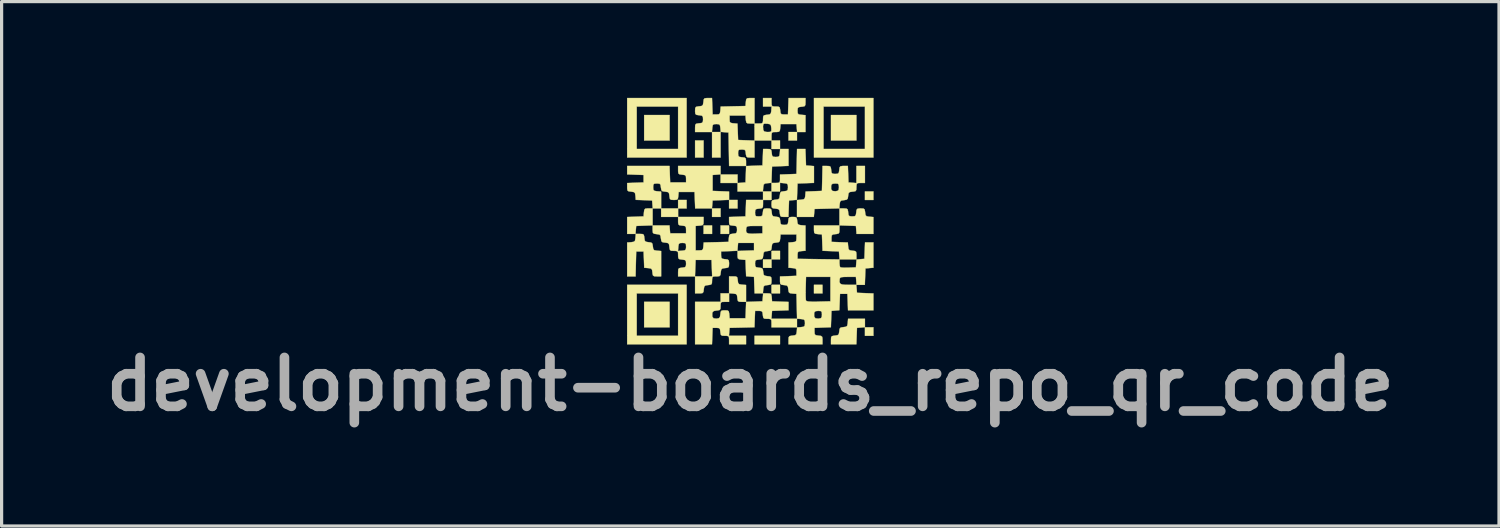
<source format=kicad_pcb>
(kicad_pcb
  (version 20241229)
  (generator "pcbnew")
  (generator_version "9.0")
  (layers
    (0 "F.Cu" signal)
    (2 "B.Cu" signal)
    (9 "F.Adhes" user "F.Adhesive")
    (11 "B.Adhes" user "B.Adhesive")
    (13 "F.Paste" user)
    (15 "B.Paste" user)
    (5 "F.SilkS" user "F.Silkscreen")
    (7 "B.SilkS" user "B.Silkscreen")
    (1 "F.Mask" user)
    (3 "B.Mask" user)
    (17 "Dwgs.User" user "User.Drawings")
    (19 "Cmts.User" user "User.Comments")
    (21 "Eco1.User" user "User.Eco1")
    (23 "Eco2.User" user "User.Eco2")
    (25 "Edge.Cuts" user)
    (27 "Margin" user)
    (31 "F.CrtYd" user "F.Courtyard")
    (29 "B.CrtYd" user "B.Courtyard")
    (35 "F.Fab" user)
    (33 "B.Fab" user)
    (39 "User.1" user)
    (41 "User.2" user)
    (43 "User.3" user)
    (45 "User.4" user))
  (footprint "development-boards_repo_qr_code"
    (layer "F.Cu")
    (at 20.327 3.841)
    (property "Reference" "development-boards_repo_qr_code" (at 0 5.08 0) (layer "F.Fab") (effects (font (size 1.524 1.524) (thickness 0.3))))
    (attr through_hole)
    (fp_poly (pts (xy -2.514 -2.514) (xy -3.307 -2.514) (xy -3.307 -3.307) (xy -2.514 -3.307) (xy -2.514 -2.514)) (stroke (width 0.01) (type solid)) (fill yes) (layer "F.SilkS"))
    (fp_poly (pts (xy -2.514 3.307) (xy -3.307 3.307) (xy -3.307 2.514) (xy -2.514 2.514) (xy -2.514 3.307)) (stroke (width 0.01) (type solid)) (fill yes) (layer "F.SilkS"))
    (fp_poly (pts (xy -2.249 -0.661) (xy -1.984 -0.661) (xy -1.984 -0.397) (xy -2.249 -0.397) (xy -2.249 -0.661)) (stroke (width 0.01) (type solid)) (fill yes) (layer "F.SilkS"))
    (fp_poly (pts (xy -2.249 -0.132) (xy -2.778 -0.132) (xy -2.778 -0.397) (xy -2.249 -0.397) (xy -2.249 -0.132)) (stroke (width 0.01) (type solid)) (fill yes) (layer "F.SilkS"))
    (fp_poly (pts (xy -1.455 -1.984) (xy -1.72 -1.984) (xy -1.72 -2.514) (xy -1.455 -2.514) (xy -1.455 -1.984)) (stroke (width 0.01) (type solid)) (fill yes) (layer "F.SilkS"))
    (fp_poly (pts (xy -1.191 0.397) (xy -1.455 0.397) (xy -1.455 0.132) (xy -1.191 0.132) (xy -1.191 0.397)) (stroke (width 0.01) (type solid)) (fill yes) (layer "F.SilkS"))
    (fp_poly (pts (xy -0.926 -1.984) (xy -1.191 -1.984) (xy -1.191 -2.778) (xy -0.926 -2.778) (xy -0.926 -1.984)) (stroke (width 0.01) (type solid)) (fill yes) (layer "F.SilkS"))
    (fp_poly (pts (xy -0.926 -0.132) (xy -1.191 -0.132) (xy -1.191 -0.397) (xy -0.926 -0.397) (xy -0.926 -0.132)) (stroke (width 0.01) (type solid)) (fill yes) (layer "F.SilkS"))
    (fp_poly (pts (xy -0.661 0.397) (xy -0.926 0.397) (xy -0.926 0.132) (xy -0.661 0.132) (xy -0.661 0.397)) (stroke (width 0.01) (type solid)) (fill yes) (layer "F.SilkS"))
    (fp_poly (pts (xy -0.397 -1.191) (xy -0.926 -1.191) (xy -0.926 -1.455) (xy -0.397 -1.455) (xy -0.397 -1.191)) (stroke (width 0.01) (type solid)) (fill yes) (layer "F.SilkS"))
    (fp_poly (pts (xy -0.397 -0.397) (xy -0.661 -0.397) (xy -0.661 -0.661) (xy -0.397 -0.661) (xy -0.397 -0.397)) (stroke (width 0.01) (type solid)) (fill yes) (layer "F.SilkS"))
    (fp_poly (pts (xy 0.661 -0.661) (xy 0.397 -0.661) (xy 0.397 -0.926) (xy 0.661 -0.926) (xy 0.661 -0.661)) (stroke (width 0.01) (type solid)) (fill yes) (layer "F.SilkS"))
    (fp_poly (pts (xy 0.661 0.926) (xy 0.926 0.926) (xy 0.926 1.191) (xy 0.661 1.191) (xy 0.661 0.926)) (stroke (width 0.01) (type solid)) (fill yes) (layer "F.SilkS"))
    (fp_poly (pts (xy 0.661 1.455) (xy 0.397 1.455) (xy 0.397 1.191) (xy 0.661 1.191) (xy 0.661 1.455)) (stroke (width 0.01) (type solid)) (fill yes) (layer "F.SilkS"))
    (fp_poly (pts (xy 0.926 -2.514) (xy 0.926 -2.249) (xy 0.661 -2.249) (xy 0.661 -2.514) (xy 0.926 -2.514)) (stroke (width 0.01) (type solid)) (fill yes) (layer "F.SilkS"))
    (fp_poly (pts (xy 0.926 2.249) (xy 0.661 2.249) (xy 0.661 1.984) (xy 0.926 1.984) (xy 0.926 2.249)) (stroke (width 0.01) (type solid)) (fill yes) (layer "F.SilkS"))
    (fp_poly (pts (xy 0.926 3.836) (xy 0.132 3.836) (xy 0.132 3.572) (xy 0.926 3.572) (xy 0.926 3.836)) (stroke (width 0.01) (type solid)) (fill yes) (layer "F.SilkS"))
    (fp_poly (pts (xy 1.455 -2.514) (xy 1.191 -2.514) (xy 1.191 -2.778) (xy 1.455 -2.778) (xy 1.455 -2.514)) (stroke (width 0.01) (type solid)) (fill yes) (layer "F.SilkS"))
    (fp_poly (pts (xy 2.249 2.249) (xy 1.984 2.249) (xy 1.984 1.984) (xy 2.249 1.984) (xy 2.249 2.249)) (stroke (width 0.01) (type solid)) (fill yes) (layer "F.SilkS"))
    (fp_poly (pts (xy 3.307 -2.514) (xy 2.514 -2.514) (xy 2.514 -3.307) (xy 3.307 -3.307) (xy 3.307 -2.514)) (stroke (width 0.01) (type solid)) (fill yes) (layer "F.SilkS"))
    (fp_poly (pts (xy 3.836 -0.661) (xy 3.572 -0.661) (xy 3.572 -0.926) (xy 3.836 -0.926) (xy 3.836 -0.661)) (stroke (width 0.01) (type solid)) (fill yes) (layer "F.SilkS"))
    (fp_poly (pts (xy 3.836 3.572) (xy 3.572 3.572) (xy 3.572 3.307) (xy 3.836 3.307) (xy 3.836 3.572)) (stroke (width 0.01) (type solid)) (fill yes) (layer "F.SilkS"))
    (fp_poly (pts (xy -1.984 -1.984) (xy -3.836 -1.984) (xy -3.836 -3.572) (xy -3.539 -3.572) (xy -3.539 -2.249) (xy -2.249 -2.249) (xy -2.249 -3.572) (xy -3.539 -3.572) (xy -3.836 -3.572) (xy -3.836 -3.836) (xy -1.984 -3.836) (xy -1.984 -1.984)) (stroke (width 0.01) (type solid)) (fill yes) (layer "F.SilkS"))
    (fp_poly (pts (xy -1.984 3.836) (xy -3.836 3.836) (xy -3.836 2.249) (xy -3.539 2.249) (xy -3.539 3.572) (xy -2.249 3.572) (xy -2.249 2.249) (xy -3.539 2.249) (xy -3.836 2.249) (xy -3.836 1.984) (xy -1.984 1.984) (xy -1.984 3.836)) (stroke (width 0.01) (type solid)) (fill yes) (layer "F.SilkS"))
    (fp_poly (pts (xy 3.836 -1.984) (xy 1.984 -1.984) (xy 1.984 -3.572) (xy 2.282 -3.572) (xy 2.282 -2.249) (xy 3.572 -2.249) (xy 3.572 -3.572) (xy 2.282 -3.572) (xy 1.984 -3.572) (xy 1.984 -3.836) (xy 3.836 -3.836) (xy 3.836 -1.984)) (stroke (width 0.01) (type solid)) (fill yes) (layer "F.SilkS"))
    (fp_poly (pts (xy -3.043 0.13) (xy -3.299 0.139) (xy -3.555 0.149) (xy -3.566 0.273) (xy -3.576 0.397) (xy -3.836 0.397) (xy -3.836 -0.13) (xy -3.58 -0.139) (xy -3.324 -0.149) (xy -3.314 -0.273) (xy -3.303 -0.352) (xy -3.275 -0.388) (xy -3.209 -0.397) (xy -3.171 -0.397) (xy -3.043 -0.397) (xy -3.043 0.13)) (stroke (width 0.01) (type solid)) (fill yes) (layer "F.SilkS"))
    (fp_poly (pts (xy -0.447 1.724) (xy -0.408 1.748) (xy -0.394 1.811) (xy -0.391 1.844) (xy -0.379 1.926) (xy -0.347 1.963) (xy -0.273 1.977) (xy -0.256 1.978) (xy -0.132 1.988) (xy -0.132 2.514) (xy -0.261 2.514) (xy -0.346 2.51) (xy -0.385 2.486) (xy -0.4 2.425) (xy -0.403 2.39) (xy -0.415 2.308) (xy -0.447 2.27) (xy -0.521 2.257) (xy -0.537 2.255) (xy -0.661 2.245) (xy -0.661 1.72) (xy -0.531 1.72) (xy -0.447 1.724)) (stroke (width 0.01) (type solid)) (fill yes) (layer "F.SilkS"))
    (fp_poly (pts (xy 3.572 3.303) (xy 3.448 3.314) (xy 3.324 3.324) (xy 3.314 3.58) (xy 3.305 3.836) (xy 2.514 3.836) (xy 2.514 3.706) (xy 2.518 3.622) (xy 2.542 3.583) (xy 2.604 3.569) (xy 2.638 3.566) (xy 2.719 3.553) (xy 2.757 3.522) (xy 2.77 3.449) (xy 2.772 3.433) (xy 2.784 3.352) (xy 2.817 3.315) (xy 2.892 3.302) (xy 2.904 3.301) (xy 2.985 3.289) (xy 3.021 3.256) (xy 3.035 3.182) (xy 3.036 3.167) (xy 3.047 3.043) (xy 3.572 3.043) (xy 3.572 3.303)) (stroke (width 0.01) (type solid)) (fill yes) (layer "F.SilkS"))
    (fp_poly (pts (xy 2.991 -0.393) (xy 3.031 -0.37) (xy 3.046 -0.309) (xy 3.049 -0.273) (xy 3.06 -0.192) (xy 3.09 -0.157) (xy 3.157 -0.149) (xy 3.175 -0.149) (xy 3.251 -0.154) (xy 3.286 -0.182) (xy 3.299 -0.254) (xy 3.301 -0.273) (xy 3.312 -0.353) (xy 3.341 -0.388) (xy 3.408 -0.397) (xy 3.44 -0.397) (xy 3.523 -0.393) (xy 3.561 -0.368) (xy 3.575 -0.303) (xy 3.578 -0.273) (xy 3.59 -0.191) (xy 3.622 -0.154) (xy 3.696 -0.14) (xy 3.712 -0.139) (xy 3.836 -0.128) (xy 3.836 0.397) (xy 3.311 0.397) (xy 3.301 0.273) (xy 3.291 0.149) (xy 3.034 0.139) (xy 2.778 0.13) (xy 2.778 -0.397) (xy 2.906 -0.397) (xy 2.991 -0.393)) (stroke (width 0.01) (type solid)) (fill yes) (layer "F.SilkS"))
    (fp_poly (pts (xy 0.612 -2.245) (xy 0.651 -2.22) (xy 0.665 -2.156) (xy 0.668 -2.125) (xy 0.679 -2.044) (xy 0.709 -2.009) (xy 0.776 -2.001) (xy 0.794 -2.001) (xy 0.87 -2.006) (xy 0.905 -2.035) (xy 0.918 -2.106) (xy 0.92 -2.125) (xy 0.93 -2.249) (xy 1.191 -2.249) (xy 1.191 -1.723) (xy 0.934 -1.713) (xy 0.678 -1.703) (xy 0.668 -1.447) (xy 0.659 -1.194) (xy 0.537 -1.184) (xy 0.456 -1.172) (xy 0.418 -1.14) (xy 0.405 -1.067) (xy 0.403 -1.05) (xy 0.393 -0.926) (xy -0.397 -0.926) (xy -0.397 -1.187) (xy -0.273 -1.197) (xy -0.149 -1.207) (xy -0.139 -1.463) (xy -0.13 -1.717) (xy 0.124 -1.727) (xy 0.38 -1.736) (xy 0.4 -2.249) (xy 0.529 -2.249) (xy 0.612 -2.245)) (stroke (width 0.01) (type solid)) (fill yes) (layer "F.SilkS"))
    (fp_poly (pts (xy 2.778 0.261) (xy 2.774 0.346) (xy 2.751 0.385) (xy 2.689 0.4) (xy 2.654 0.403) (xy 2.573 0.415) (xy 2.538 0.444) (xy 2.53 0.511) (xy 2.53 0.529) (xy 2.53 0.645) (xy 2.784 0.655) (xy 3.039 0.664) (xy 3.049 0.787) (xy 3.061 0.868) (xy 3.093 0.905) (xy 3.167 0.918) (xy 3.183 0.92) (xy 3.263 0.93) (xy 3.298 0.958) (xy 3.307 1.024) (xy 3.307 1.062) (xy 3.307 1.191) (xy 2.782 1.191) (xy 2.772 1.067) (xy 2.762 0.943) (xy 2.507 0.933) (xy 2.252 0.923) (xy 2.242 0.668) (xy 2.232 0.413) (xy 2.108 0.403) (xy 2.029 0.392) (xy 1.993 0.364) (xy 1.985 0.297) (xy 1.984 0.263) (xy 1.984 0.132) (xy 2.778 0.132) (xy 2.778 0.261)) (stroke (width 0.01) (type solid)) (fill yes) (layer "F.SilkS"))
    (fp_poly (pts (xy -3.358 0.401) (xy -3.319 0.424) (xy -3.304 0.485) (xy -3.301 0.521) (xy -3.289 0.603) (xy -3.257 0.64) (xy -3.184 0.654) (xy -3.169 0.655) (xy -3.087 0.667) (xy -3.051 0.7) (xy -3.037 0.775) (xy -3.036 0.787) (xy -3.024 0.868) (xy -2.992 0.905) (xy -2.918 0.918) (xy -2.902 0.92) (xy -2.778 0.93) (xy -2.778 1.72) (xy -2.908 1.72) (xy -2.993 1.716) (xy -3.032 1.692) (xy -3.046 1.629) (xy -3.049 1.596) (xy -3.061 1.514) (xy -3.093 1.477) (xy -3.166 1.463) (xy -3.182 1.462) (xy -3.305 1.451) (xy -3.314 1.197) (xy -3.324 0.943) (xy -3.555 0.943) (xy -3.565 1.331) (xy -3.574 1.72) (xy -3.836 1.72) (xy -3.836 0.665) (xy -3.712 0.655) (xy -3.631 0.643) (xy -3.593 0.611) (xy -3.58 0.538) (xy -3.578 0.521) (xy -3.568 0.397) (xy -3.444 0.397) (xy -3.358 0.401)) (stroke (width 0.01) (type solid)) (fill yes) (layer "F.SilkS"))
    (fp_poly (pts (xy 1.727 -1.993) (xy 1.736 -1.736) (xy 1.86 -1.726) (xy 1.984 -1.716) (xy 1.984 -1.193) (xy 1.472 -1.174) (xy 1.453 -0.665) (xy 1.331 -0.655) (xy 1.207 -0.645) (xy 1.188 -0.132) (xy 1.059 -0.132) (xy 0.975 -0.136) (xy 0.937 -0.161) (xy 0.923 -0.225) (xy 0.92 -0.256) (xy 0.908 -0.338) (xy 0.876 -0.375) (xy 0.802 -0.389) (xy 0.785 -0.391) (xy 0.705 -0.402) (xy 0.67 -0.43) (xy 0.662 -0.498) (xy 0.661 -0.529) (xy 0.666 -0.613) (xy 0.691 -0.651) (xy 0.755 -0.665) (xy 0.785 -0.668) (xy 0.867 -0.68) (xy 0.905 -0.712) (xy 0.918 -0.785) (xy 0.92 -0.8) (xy 0.932 -0.881) (xy 0.965 -0.918) (xy 1.04 -0.931) (xy 1.052 -0.932) (xy 1.132 -0.944) (xy 1.167 -0.974) (xy 1.174 -1.044) (xy 1.174 -1.058) (xy 1.169 -1.135) (xy 1.14 -1.169) (xy 1.069 -1.183) (xy 1.05 -1.184) (xy 0.926 -1.195) (xy 0.926 -0.926) (xy 0.661 -0.926) (xy 0.661 -1.191) (xy 0.792 -1.191) (xy 0.878 -1.194) (xy 0.916 -1.215) (xy 0.926 -1.274) (xy 0.926 -1.322) (xy 0.926 -1.452) (xy 1.182 -1.462) (xy 1.439 -1.472) (xy 1.448 -1.86) (xy 1.457 -2.249) (xy 1.717 -2.249) (xy 1.727 -1.993)) (stroke (width 0.01) (type solid)) (fill yes) (layer "F.SilkS"))
    (fp_poly (pts (xy 2.464 -1.716) (xy 2.503 -1.691) (xy 2.517 -1.627) (xy 2.52 -1.596) (xy 2.531 -1.514) (xy 2.561 -1.48) (xy 2.628 -1.472) (xy 2.646 -1.472) (xy 2.722 -1.477) (xy 2.757 -1.505) (xy 2.77 -1.577) (xy 2.772 -1.596) (xy 2.783 -1.676) (xy 2.811 -1.711) (xy 2.879 -1.72) (xy 2.911 -1.72) (xy 3.04 -1.72) (xy 3.05 -1.463) (xy 3.059 -1.207) (xy 3.183 -1.197) (xy 3.307 -1.187) (xy 3.307 -1.72) (xy 3.572 -1.72) (xy 3.572 -1.191) (xy 3.44 -1.191) (xy 3.355 -1.187) (xy 3.317 -1.165) (xy 3.308 -1.105) (xy 3.307 -1.06) (xy 3.303 -0.976) (xy 3.279 -0.937) (xy 3.216 -0.923) (xy 3.183 -0.92) (xy 3.101 -0.908) (xy 3.064 -0.876) (xy 3.05 -0.803) (xy 3.049 -0.787) (xy 3.037 -0.706) (xy 3.004 -0.67) (xy 2.929 -0.656) (xy 2.917 -0.655) (xy 2.836 -0.643) (xy 2.799 -0.611) (xy 2.786 -0.537) (xy 2.784 -0.521) (xy 2.774 -0.399) (xy 2.39 -0.39) (xy 2.001 -0.38) (xy 1.991 -0.256) (xy 1.98 -0.132) (xy 1.455 -0.132) (xy 1.455 -0.658) (xy 1.578 -0.668) (xy 1.66 -0.68) (xy 1.698 -0.711) (xy 1.712 -0.782) (xy 1.713 -0.801) (xy 1.724 -0.923) (xy 1.978 -0.933) (xy 2.232 -0.943) (xy 2.236 -1.097) (xy 2.519 -1.097) (xy 2.519 -0.995) (xy 2.56 -0.942) (xy 2.646 -0.932) (xy 2.654 -0.932) (xy 2.726 -0.946) (xy 2.756 -0.982) (xy 2.762 -1.058) (xy 2.756 -1.136) (xy 2.728 -1.168) (xy 2.655 -1.174) (xy 2.646 -1.174) (xy 2.565 -1.166) (xy 2.528 -1.134) (xy 2.519 -1.097) (xy 2.236 -1.097) (xy 2.242 -1.331) (xy 2.251 -1.72) (xy 2.38 -1.72) (xy 2.464 -1.716)) (stroke (width 0.01) (type solid)) (fill yes) (layer "F.SilkS"))
    (fp_poly (pts (xy -2.507 -1.463) (xy -2.497 -1.207) (xy -2.001 -1.207) (xy -2.001 -1.323) (xy -2.006 -1.399) (xy -2.035 -1.434) (xy -2.106 -1.447) (xy -2.125 -1.449) (xy -2.205 -1.46) (xy -2.24 -1.488) (xy -2.249 -1.555) (xy -2.249 -1.589) (xy -2.249 -1.72) (xy -0.926 -1.72) (xy -0.926 -1.459) (xy -1.05 -1.449) (xy -1.174 -1.439) (xy -1.174 -0.943) (xy -0.918 -0.933) (xy -0.661 -0.923) (xy -0.661 -0.664) (xy -0.918 -0.655) (xy -1.174 -0.645) (xy -1.184 -0.521) (xy -1.195 -0.397) (xy -1.717 -0.397) (xy -1.727 -0.653) (xy -1.736 -0.91) (xy -2.232 -0.91) (xy -2.243 -0.785) (xy -2.254 -0.705) (xy -2.282 -0.67) (xy -2.35 -0.662) (xy -2.381 -0.661) (xy -2.465 -0.666) (xy -2.503 -0.691) (xy -2.517 -0.755) (xy -2.52 -0.785) (xy -2.532 -0.867) (xy -2.564 -0.905) (xy -2.637 -0.918) (xy -2.652 -0.92) (xy -2.733 -0.932) (xy -2.77 -0.965) (xy -2.783 -1.04) (xy -2.785 -1.052) (xy -2.796 -1.132) (xy -2.827 -1.167) (xy -2.896 -1.174) (xy -2.91 -1.174) (xy -2.988 -1.169) (xy -3.02 -1.14) (xy -3.026 -1.067) (xy -3.026 -1.058) (xy -3.021 -0.982) (xy -2.993 -0.947) (xy -2.921 -0.934) (xy -2.902 -0.932) (xy -2.778 -0.922) (xy -2.778 -0.397) (xy -3.039 -0.397) (xy -3.049 -0.521) (xy -3.059 -0.645) (xy -3.314 -0.655) (xy -3.568 -0.664) (xy -3.578 -0.787) (xy -3.59 -0.868) (xy -3.623 -0.905) (xy -3.696 -0.918) (xy -3.712 -0.92) (xy -3.793 -0.931) (xy -3.828 -0.959) (xy -3.836 -1.027) (xy -3.836 -1.059) (xy -3.836 -1.188) (xy -3.324 -1.207) (xy -3.324 -1.439) (xy -3.58 -1.448) (xy -3.836 -1.458) (xy -3.836 -1.72) (xy -2.516 -1.72) (xy -2.507 -1.463)) (stroke (width 0.01) (type solid)) (fill yes) (layer "F.SilkS"))
    (fp_poly (pts (xy 0.132 -2.514) (xy 0.132 -2.934) (xy 0.397 -2.934) (xy 0.404 -2.84) (xy 0.437 -2.793) (xy 0.512 -2.779) (xy 0.553 -2.778) (xy 0.626 -2.782) (xy 0.656 -2.808) (xy 0.657 -2.874) (xy 0.655 -2.902) (xy 0.643 -2.984) (xy 0.611 -3.021) (xy 0.538 -3.035) (xy 0.521 -3.036) (xy 0.44 -3.039) (xy 0.405 -3.019) (xy 0.397 -2.96) (xy 0.397 -2.934) (xy 0.132 -2.934) (xy 0.132 -3.043) (xy 0.265 -3.043) (xy 0.349 -3.046) (xy 0.387 -3.068) (xy 0.397 -3.128) (xy 0.397 -3.173) (xy 0.401 -3.257) (xy 0.425 -3.296) (xy 0.488 -3.311) (xy 0.521 -3.314) (xy 0.603 -3.326) (xy 0.64 -3.358) (xy 0.654 -3.431) (xy 0.655 -3.448) (xy 0.665 -3.572) (xy 0.397 -3.572) (xy 0.397 -3.836) (xy 0.661 -3.836) (xy 0.661 -3.704) (xy 0.665 -3.619) (xy 0.687 -3.582) (xy 0.747 -3.572) (xy 0.792 -3.572) (xy 0.876 -3.568) (xy 0.915 -3.544) (xy 0.929 -3.481) (xy 0.932 -3.448) (xy 0.944 -3.367) (xy 0.973 -3.332) (xy 1.041 -3.324) (xy 1.058 -3.324) (xy 1.174 -3.324) (xy 1.193 -3.836) (xy 1.72 -3.836) (xy 1.72 -3.706) (xy 1.716 -3.622) (xy 1.692 -3.583) (xy 1.629 -3.569) (xy 1.596 -3.566) (xy 1.514 -3.554) (xy 1.48 -3.525) (xy 1.472 -3.457) (xy 1.472 -3.44) (xy 1.477 -3.363) (xy 1.505 -3.328) (xy 1.577 -3.315) (xy 1.596 -3.314) (xy 1.72 -3.303) (xy 1.72 -2.778) (xy 1.459 -2.778) (xy 1.449 -2.902) (xy 1.439 -3.026) (xy 0.943 -3.026) (xy 0.932 -2.902) (xy 0.922 -2.822) (xy 0.893 -2.787) (xy 0.827 -2.778) (xy 0.792 -2.778) (xy 0.708 -2.775) (xy 0.671 -2.752) (xy 0.662 -2.691) (xy 0.661 -2.646) (xy 0.661 -2.514) (xy 0.132 -2.514)) (stroke (width 0.01) (type solid)) (fill yes) (layer "F.SilkS"))
    (fp_poly (pts (xy -0.661 2.514) (xy -0.794 2.514) (xy -0.878 2.517) (xy -0.916 2.539) (xy -0.926 2.599) (xy -0.926 2.644) (xy -0.93 2.728) (xy -0.954 2.767) (xy -1.017 2.781) (xy -1.05 2.784) (xy -1.136 2.799) (xy -1.175 2.834) (xy -1.185 2.871) (xy -1.185 2.974) (xy -1.144 3.027) (xy -1.058 3.037) (xy -1.05 3.037) (xy -0.979 3.023) (xy -0.946 2.987) (xy -0.933 2.906) (xy -0.932 2.902) (xy -0.921 2.822) (xy -0.893 2.787) (xy -0.825 2.778) (xy -0.794 2.778) (xy -0.71 2.782) (xy -0.672 2.807) (xy -0.658 2.872) (xy -0.655 2.902) (xy -0.645 3.026) (xy -0.149 3.026) (xy -0.139 2.77) (xy -0.13 2.516) (xy 0.124 2.507) (xy 0.38 2.497) (xy 0.391 2.373) (xy 0.401 2.249) (xy 0.525 2.249) (xy 0.61 2.253) (xy 0.65 2.276) (xy 0.664 2.337) (xy 0.668 2.373) (xy 0.678 2.497) (xy 0.934 2.507) (xy 1.191 2.516) (xy 1.191 2.775) (xy 0.678 2.795) (xy 0.668 2.919) (xy 0.657 3.043) (xy 1.455 3.043) (xy 1.455 3.307) (xy 0.661 3.307) (xy 0.661 3.175) (xy 0.658 3.09) (xy 0.636 3.053) (xy 0.576 3.043) (xy 0.531 3.043) (xy 0.447 3.039) (xy 0.408 3.015) (xy 0.394 2.952) (xy 0.391 2.919) (xy 0.379 2.837) (xy 0.35 2.803) (xy 0.282 2.795) (xy 0.265 2.795) (xy 0.149 2.795) (xy 0.139 3.05) (xy 0.13 3.305) (xy -0.258 3.315) (xy -0.645 3.324) (xy -0.655 3.448) (xy -0.665 3.572) (xy -0.132 3.572) (xy -0.132 3.836) (xy -0.661 3.836) (xy -0.661 3.704) (xy -0.665 3.619) (xy -0.687 3.582) (xy -0.747 3.572) (xy -0.792 3.572) (xy -0.876 3.568) (xy -0.915 3.544) (xy -0.929 3.481) (xy -0.932 3.448) (xy -0.944 3.367) (xy -0.973 3.332) (xy -1.041 3.324) (xy -1.058 3.324) (xy -1.174 3.324) (xy -1.193 3.836) (xy -1.72 3.836) (xy -1.72 2.514) (xy -0.926 2.514) (xy -0.926 2.249) (xy -0.661 2.249) (xy -0.661 2.514)) (stroke (width 0.01) (type solid)) (fill yes) (layer "F.SilkS"))
    (fp_poly (pts (xy 0.002 -3.043) (xy -0.082 -3.047) (xy -0.121 -3.071) (xy -0.136 -3.134) (xy -0.139 -3.167) (xy -0.149 -3.291) (xy -0.645 -3.291) (xy -0.645 -3.175) (xy -0.64 -3.098) (xy -0.611 -3.064) (xy -0.539 -3.05) (xy -0.522 -3.049) (xy -0.4 -3.039) (xy -0.39 -2.784) (xy -0.38 -2.53) (xy -0.124 -2.52) (xy 0.132 -2.511) (xy 0.132 -1.984) (xy 0.002 -1.984) (xy -0.082 -1.988) (xy -0.121 -2.013) (xy -0.136 -2.075) (xy -0.139 -2.108) (xy -0.15 -2.19) (xy -0.18 -2.224) (xy -0.247 -2.232) (xy -0.265 -2.232) (xy -0.342 -2.227) (xy -0.374 -2.198) (xy -0.38 -2.125) (xy -0.38 -2.117) (xy -0.375 -2.04) (xy -0.347 -2.006) (xy -0.275 -1.992) (xy -0.256 -1.991) (xy -0.177 -1.98) (xy -0.141 -1.952) (xy -0.133 -1.886) (xy -0.132 -1.849) (xy -0.132 -1.72) (xy -0.66 -1.72) (xy -0.669 -2.241) (xy -0.678 -2.762) (xy -0.802 -2.772) (xy -0.922 -2.782) (xy -0.932 -2.902) (xy -0.944 -2.983) (xy -0.973 -3.018) (xy -1.041 -3.026) (xy -1.058 -3.026) (xy -1.135 -3.021) (xy -1.169 -2.993) (xy -1.183 -2.921) (xy -1.184 -2.902) (xy -1.195 -2.778) (xy -1.72 -2.778) (xy -1.72 -2.908) (xy -1.716 -2.993) (xy -1.692 -3.032) (xy -1.629 -3.046) (xy -1.596 -3.049) (xy -1.514 -3.06) (xy -1.48 -3.09) (xy -1.472 -3.157) (xy -1.472 -3.175) (xy -1.477 -3.251) (xy -1.505 -3.286) (xy -1.577 -3.299) (xy -1.596 -3.301) (xy -1.676 -3.312) (xy -1.711 -3.341) (xy -1.72 -3.408) (xy -1.72 -3.44) (xy -1.716 -3.523) (xy -1.691 -3.561) (xy -1.626 -3.575) (xy -1.596 -3.578) (xy -1.514 -3.59) (xy -1.477 -3.622) (xy -1.463 -3.696) (xy -1.461 -3.712) (xy -1.451 -3.793) (xy -1.422 -3.828) (xy -1.355 -3.836) (xy -1.322 -3.836) (xy -1.193 -3.836) (xy -1.174 -3.324) (xy -1.058 -3.324) (xy -0.982 -3.329) (xy -0.947 -3.358) (xy -0.934 -3.43) (xy -0.932 -3.447) (xy -0.922 -3.57) (xy -0.149 -3.588) (xy -0.139 -3.712) (xy -0.128 -3.792) (xy -0.099 -3.827) (xy -0.033 -3.836) (xy 0.002 -3.836) (xy 0.132 -3.836) (xy 0.132 -3.043) (xy 0.002 -3.043)) (stroke (width 0.01) (type solid)) (fill yes) (layer "F.SilkS"))
    (fp_poly (pts (xy 0.397 -0.531) (xy 0.393 -0.447) (xy 0.369 -0.408) (xy 0.306 -0.394) (xy 0.273 -0.391) (xy 0.192 -0.379) (xy 0.157 -0.35) (xy 0.149 -0.282) (xy 0.149 -0.265) (xy 0.154 -0.187) (xy 0.183 -0.155) (xy 0.256 -0.149) (xy 0.265 -0.149) (xy 0.341 -0.154) (xy 0.376 -0.182) (xy 0.389 -0.254) (xy 0.391 -0.273) (xy 0.402 -0.353) (xy 0.43 -0.388) (xy 0.498 -0.397) (xy 0.529 -0.397) (xy 0.613 -0.393) (xy 0.651 -0.368) (xy 0.665 -0.303) (xy 0.668 -0.273) (xy 0.68 -0.191) (xy 0.712 -0.154) (xy 0.785 -0.14) (xy 0.8 -0.139) (xy 0.881 -0.126) (xy 0.918 -0.093) (xy 0.931 -0.018) (xy 0.932 -0.006) (xy 0.944 0.074) (xy 0.974 0.108) (xy 1.044 0.116) (xy 1.058 0.116) (xy 1.135 0.111) (xy 1.169 0.082) (xy 1.183 0.011) (xy 1.184 -0.008) (xy 1.195 -0.089) (xy 1.224 -0.124) (xy 1.292 -0.132) (xy 1.323 -0.132) (xy 1.406 -0.128) (xy 1.445 -0.103) (xy 1.459 -0.038) (xy 1.461 -0.008) (xy 1.474 0.074) (xy 1.506 0.111) (xy 1.579 0.125) (xy 1.596 0.126) (xy 1.72 0.136) (xy 1.72 0.922) (xy 1.596 0.932) (xy 1.514 0.944) (xy 1.48 0.973) (xy 1.472 1.041) (xy 1.472 1.058) (xy 1.472 1.174) (xy 2.778 1.192) (xy 2.778 1.302) (xy 2.785 1.383) (xy 2.8 1.433) (xy 2.801 1.434) (xy 2.844 1.445) (xy 2.934 1.45) (xy 3.051 1.449) (xy 3.058 1.448) (xy 3.291 1.439) (xy 3.301 1.315) (xy 3.311 1.194) (xy 3.431 1.184) (xy 3.555 1.174) (xy 3.565 0.918) (xy 3.575 0.661) (xy 3.836 0.661) (xy 3.836 1.451) (xy 3.712 1.461) (xy 3.588 1.472) (xy 3.569 1.984) (xy 3.311 1.984) (xy 3.301 1.86) (xy 3.291 1.736) (xy 3.043 1.736) (xy 2.916 1.738) (xy 2.841 1.745) (xy 2.803 1.761) (xy 2.787 1.793) (xy 2.784 1.813) (xy 2.779 1.894) (xy 2.8 1.945) (xy 2.857 1.972) (xy 2.962 1.983) (xy 3.06 1.984) (xy 3.303 1.984) (xy 3.314 2.108) (xy 3.324 2.232) (xy 3.58 2.242) (xy 3.836 2.252) (xy 3.836 2.778) (xy 3.045 2.778) (xy 3.036 2.522) (xy 3.026 2.265) (xy 2.795 2.265) (xy 2.785 2.52) (xy 2.775 2.774) (xy 2.653 2.784) (xy 2.53 2.795) (xy 2.52 3.05) (xy 2.511 3.305) (xy 2.256 3.314) (xy 2.001 3.324) (xy 2.001 3.44) (xy 2.006 3.516) (xy 2.035 3.551) (xy 2.106 3.564) (xy 2.125 3.566) (xy 2.205 3.576) (xy 2.24 3.605) (xy 2.249 3.671) (xy 2.249 3.706) (xy 2.249 3.836) (xy 1.191 3.836) (xy 1.191 3.706) (xy 1.195 3.622) (xy 1.219 3.583) (xy 1.281 3.569) (xy 1.315 3.566) (xy 1.397 3.554) (xy 1.434 3.522) (xy 1.447 3.448) (xy 1.449 3.431) (xy 1.459 3.311) (xy 1.579 3.301) (xy 1.661 3.29) (xy 1.695 3.26) (xy 1.703 3.193) (xy 1.703 3.175) (xy 1.698 3.098) (xy 1.669 3.064) (xy 1.597 3.051) (xy 1.58 3.049) (xy 1.457 3.039) (xy 1.453 2.871) (xy 1.99 2.871) (xy 1.99 2.974) (xy 2.031 3.027) (xy 2.117 3.037) (xy 2.125 3.037) (xy 2.197 3.023) (xy 2.227 2.987) (xy 2.232 2.91) (xy 2.227 2.833) (xy 2.198 2.801) (xy 2.125 2.795) (xy 2.117 2.795) (xy 2.036 2.803) (xy 1.999 2.834) (xy 1.99 2.871) (xy 1.453 2.871) (xy 1.439 2.265) (xy 1.317 2.255) (xy 1.235 2.243) (xy 1.22 2.229) (xy 1.724 2.229) (xy 1.726 2.355) (xy 1.73 2.442) (xy 1.734 2.471) (xy 1.758 2.491) (xy 1.815 2.503) (xy 1.915 2.508) (xy 2.07 2.508) (xy 2.124 2.506) (xy 2.497 2.497) (xy 2.497 1.736) (xy 1.736 1.736) (xy 1.727 2.081) (xy 1.724 2.229) (xy 1.22 2.229) (xy 1.199 2.21) (xy 1.185 2.135) (xy 1.184 2.123) (xy 1.172 2.042) (xy 1.14 2.006) (xy 1.066 1.992) (xy 1.05 1.991) (xy 0.97 1.98) (xy 0.935 1.951) (xy 0.926 1.884) (xy 0.926 1.851) (xy 0.926 1.723) (xy 1.182 1.713) (xy 1.439 1.703) (xy 1.439 1.587) (xy 1.434 1.511) (xy 1.405 1.476) (xy 1.334 1.463) (xy 1.315 1.461) (xy 1.191 1.451) (xy 1.191 0.665) (xy 1.315 0.655) (xy 1.396 0.644) (xy 1.431 0.614) (xy 1.439 0.547) (xy 1.439 0.529) (xy 1.439 0.413) (xy 0.943 0.413) (xy 0.932 0.536) (xy 0.92 0.617) (xy 0.887 0.653) (xy 0.812 0.667) (xy 0.8 0.668) (xy 0.719 0.68) (xy 0.682 0.713) (xy 0.669 0.788) (xy 0.668 0.8) (xy 0.656 0.881) (xy 0.623 0.918) (xy 0.548 0.931) (xy 0.536 0.932) (xy 0.454 0.945) (xy 0.418 0.978) (xy 0.404 1.053) (xy 0.403 1.065) (xy 0.391 1.146) (xy 0.358 1.182) (xy 0.283 1.196) (xy 0.271 1.197) (xy 0.19 1.209) (xy 0.156 1.239) (xy 0.149 1.308) (xy 0.149 1.323) (xy 0.154 1.4) (xy 0.183 1.434) (xy 0.256 1.447) (xy 0.271 1.449) (xy 0.352 1.461) (xy 0.389 1.494) (xy 0.402 1.569) (xy 0.403 1.581) (xy 0.415 1.662) (xy 0.448 1.698) (xy 0.522 1.712) (xy 0.537 1.714) (xy 0.618 1.724) (xy 0.653 1.753) (xy 0.661 1.821) (xy 0.661 1.852) (xy 0.657 1.936) (xy 0.632 1.974) (xy 0.568 1.988) (xy 0.537 1.991) (xy 0.456 2.003) (xy 0.418 2.035) (xy 0.405 2.108) (xy 0.403 2.125) (xy 0.393 2.249) (xy 0.135 2.249) (xy 0.125 1.993) (xy 0.116 1.736) (xy -0.007 1.726) (xy -0.13 1.716) (xy -0.149 1.207) (xy -0.273 1.197) (xy -0.352 1.186) (xy -0.388 1.158) (xy -0.397 1.092) (xy -0.397 1.055) (xy -0.397 0.929) (xy -0.143 0.919) (xy 0.116 0.91) (xy 0.116 0.678) (xy -0.38 0.678) (xy -0.391 0.803) (xy -0.401 0.923) (xy -0.653 0.933) (xy -0.91 0.943) (xy -0.91 1.058) (xy -0.904 1.135) (xy -0.876 1.169) (xy -0.804 1.183) (xy -0.785 1.184) (xy -0.705 1.195) (xy -0.67 1.224) (xy -0.662 1.292) (xy -0.661 1.323) (xy -0.666 1.406) (xy -0.691 1.445) (xy -0.755 1.459) (xy -0.785 1.461) (xy -0.867 1.474) (xy -0.905 1.506) (xy -0.918 1.579) (xy -0.92 1.596) (xy -0.931 1.676) (xy -0.959 1.711) (xy -1.025 1.72) (xy -1.06 1.72) (xy -1.144 1.723) (xy -1.181 1.746) (xy -1.19 1.808) (xy -1.191 1.85) (xy -1.195 1.934) (xy -1.219 1.973) (xy -1.281 1.988) (xy -1.315 1.991) (xy -1.397 2.003) (xy -1.434 2.035) (xy -1.447 2.108) (xy -1.449 2.125) (xy -1.46 2.205) (xy -1.488 2.24) (xy -1.555 2.249) (xy -1.589 2.249) (xy -1.72 2.249) (xy -1.72 1.72) (xy -1.188 1.72) (xy -1.198 1.463) (xy -1.207 1.207) (xy -1.703 1.207) (xy -1.713 1.463) (xy -1.723 1.72) (xy -2.249 1.72) (xy -2.249 1.589) (xy -2.245 1.505) (xy -2.221 1.466) (xy -2.158 1.452) (xy -2.125 1.449) (xy -2.044 1.437) (xy -2.009 1.408) (xy -2.001 1.341) (xy -2.001 1.323) (xy -2.006 1.247) (xy -2.035 1.212) (xy -2.106 1.199) (xy -2.125 1.197) (xy -2.205 1.186) (xy -2.24 1.158) (xy -2.249 1.091) (xy -2.249 1.056) (xy -2.252 0.973) (xy -2.275 0.936) (xy -2.311 0.93) (xy -2.253 0.93) (xy -2.127 0.92) (xy -2.045 0.909) (xy -2.009 0.88) (xy -2.001 0.815) (xy -2.001 0.794) (xy -2.006 0.716) (xy -2.035 0.684) (xy -2.108 0.678) (xy -2.117 0.678) (xy -2.192 0.683) (xy -2.227 0.711) (xy -2.241 0.781) (xy -2.243 0.804) (xy -2.253 0.93) (xy -2.311 0.93) (xy -2.337 0.926) (xy -2.379 0.926) (xy -2.464 0.922) (xy -2.502 0.898) (xy -2.517 0.835) (xy -2.52 0.802) (xy -2.532 0.72) (xy -2.564 0.683) (xy -2.637 0.669) (xy -2.652 0.668) (xy -2.733 0.656) (xy -2.77 0.623) (xy -2.783 0.548) (xy -2.785 0.536) (xy -2.797 0.455) (xy -2.829 0.418) (xy -2.903 0.405) (xy -2.919 0.403) (xy -2.998 0.392) (xy -3.034 0.364) (xy -3.042 0.299) (xy -3.043 0.261) (xy -3.043 0.132) (xy -2.518 0.132) (xy -2.507 0.256) (xy -2.497 0.38) (xy -2.001 0.38) (xy -2.001 0.265) (xy -2.006 0.188) (xy -2.035 0.153) (xy -2.106 0.14) (xy -2.125 0.139) (xy -2.205 0.128) (xy -2.24 0.099) (xy -2.249 0.033) (xy -2.249 -0.002) (xy -2.249 -0.132) (xy -1.455 -0.132) (xy -1.455 -0.002) (xy -1.459 0.082) (xy -1.483 0.121) (xy -1.546 0.136) (xy -1.579 0.139) (xy -1.703 0.149) (xy -1.703 0.91) (xy -1.587 0.91) (xy -1.511 0.904) (xy -1.476 0.876) (xy -1.463 0.804) (xy -1.462 0.787) (xy -1.451 0.664) (xy -0.678 0.645) (xy -0.668 0.523) (xy -0.656 0.442) (xy -0.623 0.405) (xy -0.548 0.392) (xy -0.536 0.39) (xy -0.455 0.379) (xy -0.421 0.348) (xy -0.417 0.31) (xy -0.132 0.31) (xy -0.11 0.361) (xy -0.052 0.386) (xy 0.055 0.392) (xy 0.14 0.39) (xy 0.38 0.38) (xy 0.38 0.149) (xy 0.132 0.149) (xy 0.006 0.15) (xy -0.07 0.157) (xy -0.108 0.174) (xy -0.123 0.205) (xy -0.127 0.226) (xy -0.132 0.31) (xy -0.417 0.31) (xy -0.413 0.279) (xy -0.413 0.265) (xy -0.419 0.188) (xy -0.447 0.153) (xy -0.518 0.14) (xy -0.537 0.139) (xy -0.618 0.128) (xy -0.653 0.099) (xy -0.661 0.032) (xy -0.661 -0.001) (xy -0.661 -0.13) (xy -0.405 -0.139) (xy -0.149 -0.149) (xy -0.139 -0.405) (xy -0.13 -0.661) (xy 0.397 -0.661) (xy 0.397 -0.531)) (stroke (width 0.01) (type solid)) (fill yes) (layer "F.SilkS")))
  (gr_rect
    (start -3 -3)
    (end 43.655 13.339)
    (stroke (width 0.1) (type default))
    (fill no)
    (layer "Edge.Cuts")))
</source>
